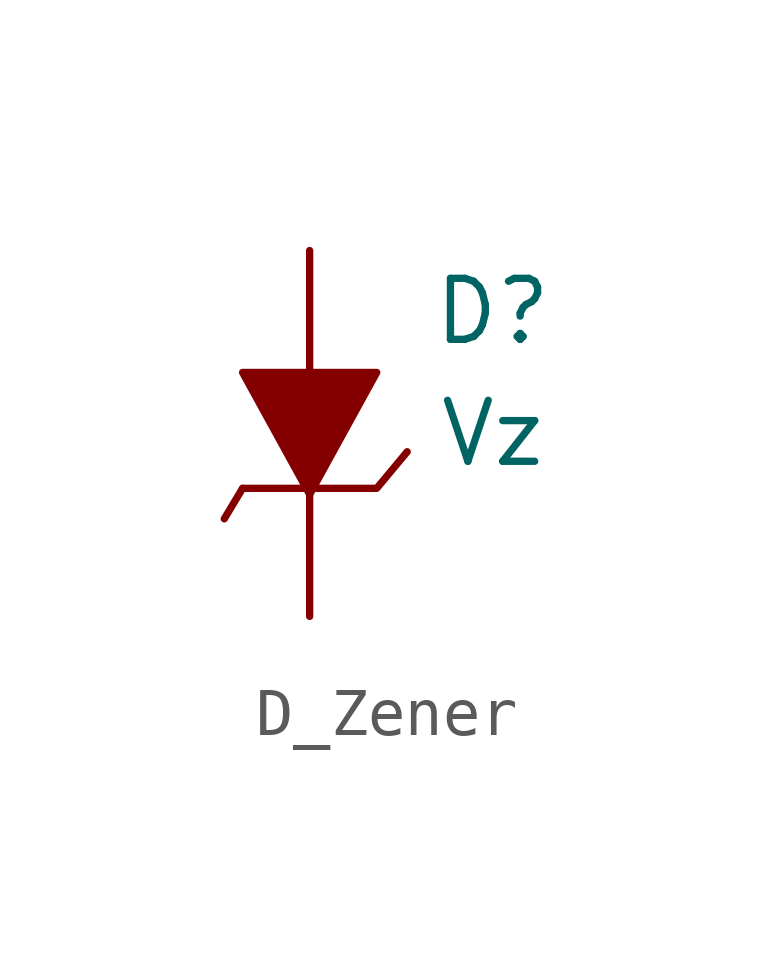
<source format=kicad_sym>
(kicad_symbol_lib
  (version 20231120)
  (generator "kicad_symbol_editor")
  (generator_version "8.0")
  (symbol "D_Zener"
    (pin_numbers hide)
    (pin_names hide)
    (property "Reference" "D"
      (at 3.81 -1.27 0)
      (effects (font (size 1.27 1.27))))
    (property "Value" "Vz"
      (at 3.81 -3.81 0)
      (effects (font (size 1.27 1.27))))
    (symbol "D_Zener_0_1"
      (polyline (pts (xy -1.397 -4.953) (xy -1.778 -5.588)) (stroke (width 0) (type default)) (fill (type none)))
      (polyline (pts (xy -1.397 -4.953) (xy 1.397 -4.953) (xy 2.032 -4.191)) (stroke (width 0) (type default)) (fill (type none))))
    (symbol "D_Zener_1_1"
      (polyline (pts (xy -1.397 -2.54) (xy 1.397 -2.54) (xy 0 -5.08) (xy -1.397 -2.54)) (stroke (width 0) (type default)) (fill (type outline)))
      (pin passive line (at 0 0 270) (length 2.54) (name "1" (effects (font (size 1.27 1.27)))) (number "1" (effects (font (size 1.27 1.27)))))
      (pin passive line (at 0 -7.62 90) (length 2.54) (name "2" (effects (font (size 1.27 1.27)))) (number "2" (effects (font (size 1.27 1.27))))))))
</source>
